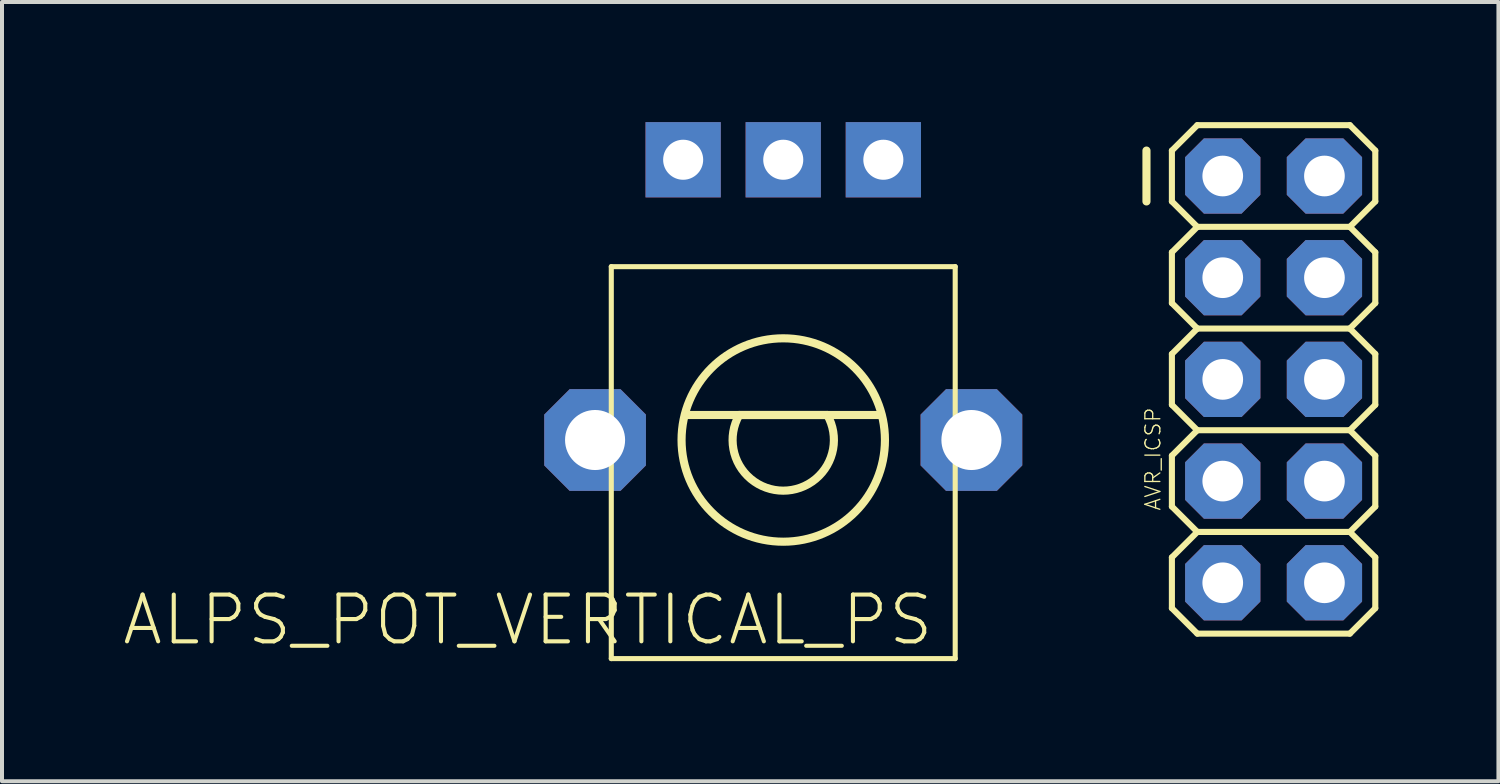
<source format=kicad_pcb>
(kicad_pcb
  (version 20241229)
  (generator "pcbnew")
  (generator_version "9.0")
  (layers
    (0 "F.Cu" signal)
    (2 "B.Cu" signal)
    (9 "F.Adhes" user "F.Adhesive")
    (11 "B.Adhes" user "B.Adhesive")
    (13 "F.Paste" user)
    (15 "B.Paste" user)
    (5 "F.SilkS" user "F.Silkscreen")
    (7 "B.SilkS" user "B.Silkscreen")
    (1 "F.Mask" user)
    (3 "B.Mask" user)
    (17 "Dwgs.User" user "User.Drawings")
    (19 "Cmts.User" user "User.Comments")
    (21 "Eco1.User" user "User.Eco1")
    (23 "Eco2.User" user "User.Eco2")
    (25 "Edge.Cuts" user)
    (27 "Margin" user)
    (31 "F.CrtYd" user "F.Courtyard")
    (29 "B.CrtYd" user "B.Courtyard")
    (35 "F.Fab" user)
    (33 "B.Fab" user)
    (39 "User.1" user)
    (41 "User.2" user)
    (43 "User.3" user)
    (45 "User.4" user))
  (footprint "AVR_ICSP"
    (layer "F.Cu")
    (at 28.76 6.426)
    (property "Reference" "AVR_ICSP" (at -2.794 3.302 90) (layer "F.SilkS") (effects (font (size 0.374 0.374) (thickness 0.033)) (justify left bottom)))
    (fp_line (start -3.175 -5.715) (end -3.175 -4.445) (stroke (width 0.203) (type solid)) (layer "F.SilkS"))
    (fp_line (start -2.54 -5.715) (end -2.54 -4.445) (stroke (width 0.152) (type solid)) (layer "F.SilkS"))
    (fp_line (start -2.54 -4.445) (end -1.905 -3.81) (stroke (width 0.152) (type solid)) (layer "F.SilkS"))
    (fp_line (start -2.54 -3.175) (end -2.54 -1.905) (stroke (width 0.152) (type solid)) (layer "F.SilkS"))
    (fp_line (start -2.54 -1.905) (end -1.905 -1.27) (stroke (width 0.152) (type solid)) (layer "F.SilkS"))
    (fp_line (start -2.54 -0.635) (end -2.54 0.635) (stroke (width 0.152) (type solid)) (layer "F.SilkS"))
    (fp_line (start -2.54 0.635) (end -1.905 1.27) (stroke (width 0.152) (type solid)) (layer "F.SilkS"))
    (fp_line (start -2.54 1.905) (end -2.54 3.175) (stroke (width 0.152) (type solid)) (layer "F.SilkS"))
    (fp_line (start -2.54 3.175) (end -1.905 3.81) (stroke (width 0.152) (type solid)) (layer "F.SilkS"))
    (fp_line (start -2.54 4.445) (end -2.54 5.715) (stroke (width 0.152) (type solid)) (layer "F.SilkS"))
    (fp_line (start -2.54 5.715) (end -1.905 6.35) (stroke (width 0.152) (type solid)) (layer "F.SilkS"))
    (fp_line (start -1.905 -6.35) (end -2.54 -5.715) (stroke (width 0.152) (type solid)) (layer "F.SilkS"))
    (fp_line (start -1.905 -6.35) (end 1.905 -6.35) (stroke (width 0.152) (type solid)) (layer "F.SilkS"))
    (fp_line (start -1.905 -3.81) (end -2.54 -3.175) (stroke (width 0.152) (type solid)) (layer "F.SilkS"))
    (fp_line (start -1.905 -1.27) (end -2.54 -0.635) (stroke (width 0.152) (type solid)) (layer "F.SilkS"))
    (fp_line (start -1.905 1.27) (end -2.54 1.905) (stroke (width 0.152) (type solid)) (layer "F.SilkS"))
    (fp_line (start -1.905 3.81) (end -2.54 4.445) (stroke (width 0.152) (type solid)) (layer "F.SilkS"))
    (fp_line (start 1.905 -6.35) (end 2.54 -5.715) (stroke (width 0.152) (type solid)) (layer "F.SilkS"))
    (fp_line (start 1.905 -3.81) (end -1.905 -3.81) (stroke (width 0.152) (type solid)) (layer "F.SilkS"))
    (fp_line (start 1.905 -3.81) (end 2.54 -3.175) (stroke (width 0.152) (type solid)) (layer "F.SilkS"))
    (fp_line (start 1.905 -1.27) (end -1.905 -1.27) (stroke (width 0.152) (type solid)) (layer "F.SilkS"))
    (fp_line (start 1.905 -1.27) (end 2.54 -0.635) (stroke (width 0.152) (type solid)) (layer "F.SilkS"))
    (fp_line (start 1.905 1.27) (end -1.905 1.27) (stroke (width 0.152) (type solid)) (layer "F.SilkS"))
    (fp_line (start 1.905 1.27) (end 2.54 1.905) (stroke (width 0.152) (type solid)) (layer "F.SilkS"))
    (fp_line (start 1.905 3.81) (end -1.905 3.81) (stroke (width 0.152) (type solid)) (layer "F.SilkS"))
    (fp_line (start 1.905 3.81) (end 2.54 4.445) (stroke (width 0.152) (type solid)) (layer "F.SilkS"))
    (fp_line (start 1.905 6.35) (end -1.905 6.35) (stroke (width 0.152) (type solid)) (layer "F.SilkS"))
    (fp_line (start 2.54 -5.715) (end 2.54 -4.445) (stroke (width 0.152) (type solid)) (layer "F.SilkS"))
    (fp_line (start 2.54 -4.445) (end 1.905 -3.81) (stroke (width 0.152) (type solid)) (layer "F.SilkS"))
    (fp_line (start 2.54 -3.175) (end 2.54 -1.905) (stroke (width 0.152) (type solid)) (layer "F.SilkS"))
    (fp_line (start 2.54 -1.905) (end 1.905 -1.27) (stroke (width 0.152) (type solid)) (layer "F.SilkS"))
    (fp_line (start 2.54 -0.635) (end 2.54 0.635) (stroke (width 0.152) (type solid)) (layer "F.SilkS"))
    (fp_line (start 2.54 0.635) (end 1.905 1.27) (stroke (width 0.152) (type solid)) (layer "F.SilkS"))
    (fp_line (start 2.54 1.905) (end 2.54 3.175) (stroke (width 0.152) (type solid)) (layer "F.SilkS"))
    (fp_line (start 2.54 3.175) (end 1.905 3.81) (stroke (width 0.152) (type solid)) (layer "F.SilkS"))
    (fp_line (start 2.54 4.445) (end 2.54 5.715) (stroke (width 0.152) (type solid)) (layer "F.SilkS"))
    (fp_line (start 2.54 5.715) (end 1.905 6.35) (stroke (width 0.152) (type solid)) (layer "F.SilkS"))
    (fp_poly (pts (xy -1.524 0.254) (xy -1.016 0.254) (xy -1.016 -0.254) (xy -1.524 -0.254)) (stroke (width 0) (type solid)) (fill yes) (layer "F.SilkS"))
    (fp_poly (pts (xy -1.524 -4.826) (xy -1.016 -4.826) (xy -1.016 -5.334) (xy -1.524 -5.334)) (stroke (width 0.1) (type solid)) (fill no) (layer "F.Fab"))
    (fp_poly (pts (xy -1.524 -2.286) (xy -1.016 -2.286) (xy -1.016 -2.794) (xy -1.524 -2.794)) (stroke (width 0.1) (type solid)) (fill no) (layer "F.Fab"))
    (fp_poly (pts (xy -1.524 2.794) (xy -1.016 2.794) (xy -1.016 2.286) (xy -1.524 2.286)) (stroke (width 0.1) (type solid)) (fill no) (layer "F.Fab"))
    (fp_poly (pts (xy -1.524 5.334) (xy -1.016 5.334) (xy -1.016 4.826) (xy -1.524 4.826)) (stroke (width 0.1) (type solid)) (fill no) (layer "F.Fab"))
    (fp_poly (pts (xy 1.016 -4.826) (xy 1.524 -4.826) (xy 1.524 -5.334) (xy 1.016 -5.334)) (stroke (width 0.1) (type solid)) (fill no) (layer "F.Fab"))
    (fp_poly (pts (xy 1.016 -2.286) (xy 1.524 -2.286) (xy 1.524 -2.794) (xy 1.016 -2.794)) (stroke (width 0.1) (type solid)) (fill no) (layer "F.Fab"))
    (fp_poly (pts (xy 1.016 0.254) (xy 1.524 0.254) (xy 1.524 -0.254) (xy 1.016 -0.254)) (stroke (width 0.1) (type solid)) (fill no) (layer "F.Fab"))
    (fp_poly (pts (xy 1.016 2.794) (xy 1.524 2.794) (xy 1.524 2.286) (xy 1.016 2.286)) (stroke (width 0.1) (type solid)) (fill no) (layer "F.Fab"))
    (fp_poly (pts (xy 1.016 5.334) (xy 1.524 5.334) (xy 1.524 4.826) (xy 1.016 4.826)) (stroke (width 0.1) (type solid)) (fill no) (layer "F.Fab"))
    (pad "1" thru_hole roundrect (at -1.27 -5.08 270) (size 1.88 1.88) (drill 1.016) (layers "*.Cu" "*.Mask") (roundrect_rratio 0.25) (chamfer_ratio 0.25) (chamfer top_left top_right bottom_left bottom_right))
    (pad "2" thru_hole roundrect (at 1.27 -5.08 270) (size 1.88 1.88) (drill 1.016) (layers "*.Cu" "*.Mask") (roundrect_rratio 0.25) (chamfer_ratio 0.25) (chamfer top_left top_right bottom_left bottom_right))
    (pad "3" thru_hole roundrect (at -1.27 -2.54 270) (size 1.88 1.88) (drill 1.016) (layers "*.Cu" "*.Mask") (roundrect_rratio 0.25) (chamfer_ratio 0.25) (chamfer top_left top_right bottom_left bottom_right))
    (pad "4" thru_hole roundrect (at 1.27 -2.54 270) (size 1.88 1.88) (drill 1.016) (layers "*.Cu" "*.Mask") (roundrect_rratio 0.25) (chamfer_ratio 0.25) (chamfer top_left top_right bottom_left bottom_right))
    (pad "5" thru_hole roundrect (at -1.27 0 270) (size 1.88 1.88) (drill 1.016) (layers "*.Cu" "*.Mask") (roundrect_rratio 0.25) (chamfer_ratio 0.25) (chamfer top_left top_right bottom_left bottom_right))
    (pad "6" thru_hole roundrect (at 1.27 0 270) (size 1.88 1.88) (drill 1.016) (layers "*.Cu" "*.Mask") (roundrect_rratio 0.25) (chamfer_ratio 0.25) (chamfer top_left top_right bottom_left bottom_right))
    (pad "7" thru_hole roundrect (at -1.27 2.54 270) (size 1.88 1.88) (drill 1.016) (layers "*.Cu" "*.Mask") (roundrect_rratio 0.25) (chamfer_ratio 0.25) (chamfer top_left top_right bottom_left bottom_right))
    (pad "8" thru_hole roundrect (at 1.27 2.54 270) (size 1.88 1.88) (drill 1.016) (layers "*.Cu" "*.Mask") (roundrect_rratio 0.25) (chamfer_ratio 0.25) (chamfer top_left top_right bottom_left bottom_right))
    (pad "9" thru_hole roundrect (at -1.27 5.08 270) (size 1.88 1.88) (drill 1.016) (layers "*.Cu" "*.Mask") (roundrect_rratio 0.25) (chamfer_ratio 0.25) (chamfer top_left top_right bottom_left bottom_right))
    (pad "10" thru_hole roundrect (at 1.27 5.08 270) (size 1.88 1.88) (drill 1.016) (layers "*.Cu" "*.Mask") (roundrect_rratio 0.25) (chamfer_ratio 0.25) (chamfer top_left top_right bottom_left bottom_right)))
  (footprint "ALPS_POT_VERTICAL_PS"
    (layer "F.Cu")
    (at 16.513 7.94)
    (property "Reference" "ALPS_POT_VERTICAL_PS" (at 3.81 3.81 0) (layer "F.SilkS") (effects (font (size 1.168 1.168) (thickness 0.102)) (justify right top)))
    (fp_line (start -4.295 -4.33) (end 4.295 -4.33) (stroke (width 0.127) (type solid)) (layer "F.SilkS"))
    (fp_line (start -4.295 5.46) (end -4.295 -4.33) (stroke (width 0.127) (type solid)) (layer "F.SilkS"))
    (fp_line (start -2.45 -0.625) (end 2.425 -0.625) (stroke (width 0.203) (type solid)) (layer "F.SilkS"))
    (fp_line (start -1.1 -0.625) (end 1.1 -0.625) (stroke (width 0.203) (type solid)) (layer "F.SilkS"))
    (fp_line (start 4.295 -4.33) (end 4.295 5.46) (stroke (width 0.127) (type solid)) (layer "F.SilkS"))
    (fp_line (start 4.295 5.46) (end -4.295 5.46) (stroke (width 0.127) (type solid)) (layer "F.SilkS"))
    (fp_arc (start 1.1 -0.625) (mid 0 1.265158) (end -1.1 -0.625) (stroke (width 0.2032) (type solid)) (layer "F.SilkS"))
    (fp_circle (center 0 0) (end 2.54 0) (stroke (width 0.203) (type solid)) (fill no) (layer "F.SilkS"))
    (pad "P$1" thru_hole rect (at -2.5 -7 270) (size 1.88 1.88) (drill 1) (layers "*.Cu" "*.Mask"))
    (pad "P$2" thru_hole rect (at 0 -7 270) (size 1.88 1.88) (drill 1) (layers "*.Cu" "*.Mask"))
    (pad "P$3" thru_hole rect (at 2.5 -7 270) (size 1.88 1.88) (drill 1) (layers "*.Cu" "*.Mask"))
    (pad "P$4" thru_hole roundrect (at -4.7 0 270) (size 2.54 2.54) (drill 1.5) (layers "*.Cu" "*.Mask") (roundrect_rratio 0.25) (chamfer_ratio 0.25) (chamfer top_left top_right bottom_left bottom_right))
    (pad "P$5" thru_hole roundrect (at 4.7 0 270) (size 2.54 2.54) (drill 1.5) (layers "*.Cu" "*.Mask") (roundrect_rratio 0.25) (chamfer_ratio 0.25) (chamfer top_left top_right bottom_left bottom_right)))
  (gr_rect
    (start -3 -3)
    (end 34.376 16.463)
    (stroke (width 0.1) (type default))
    (fill no)
    (layer "Edge.Cuts")))
</source>
